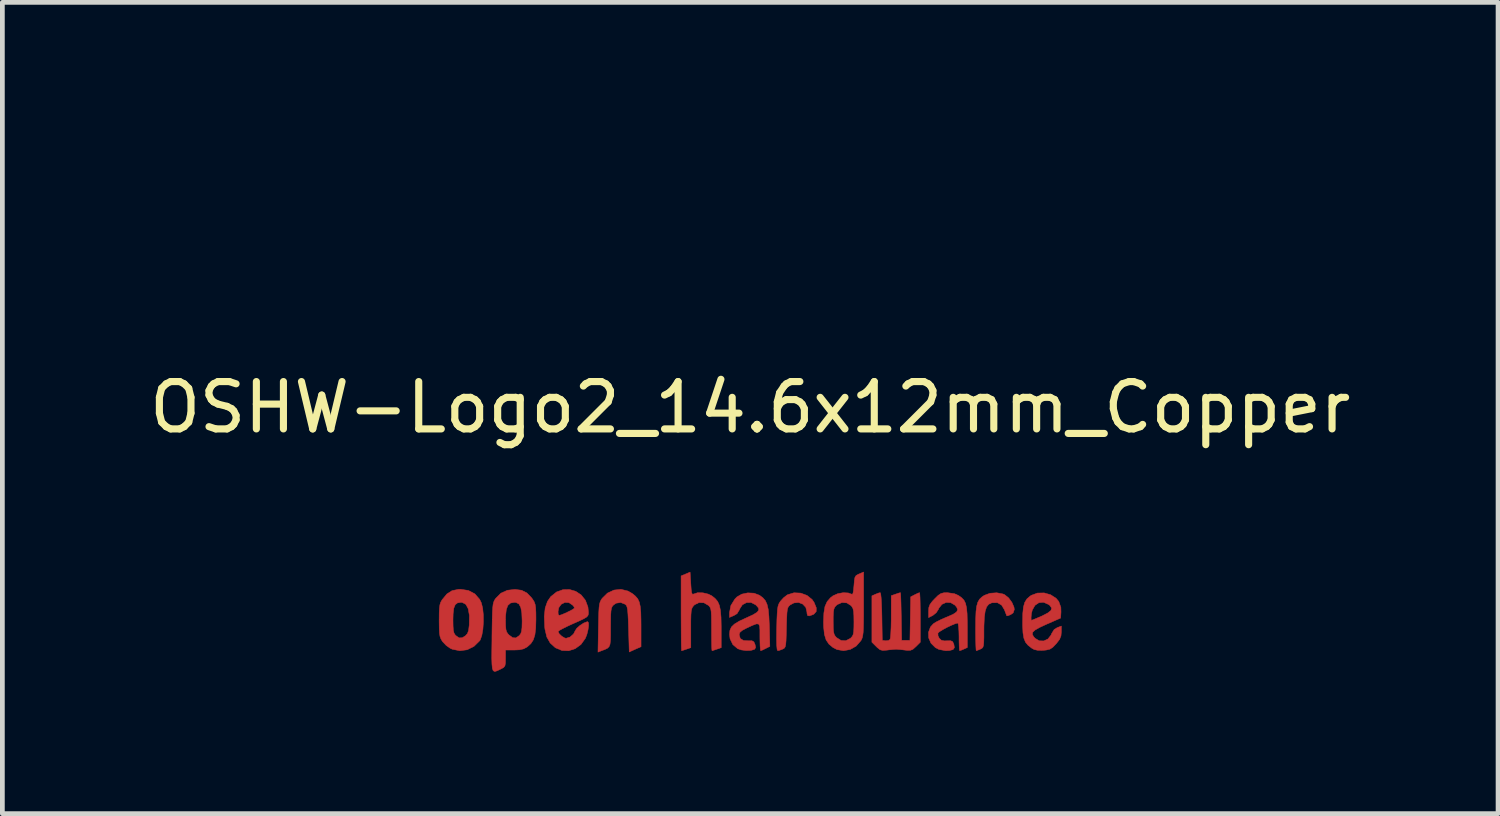
<source format=kicad_pcb>
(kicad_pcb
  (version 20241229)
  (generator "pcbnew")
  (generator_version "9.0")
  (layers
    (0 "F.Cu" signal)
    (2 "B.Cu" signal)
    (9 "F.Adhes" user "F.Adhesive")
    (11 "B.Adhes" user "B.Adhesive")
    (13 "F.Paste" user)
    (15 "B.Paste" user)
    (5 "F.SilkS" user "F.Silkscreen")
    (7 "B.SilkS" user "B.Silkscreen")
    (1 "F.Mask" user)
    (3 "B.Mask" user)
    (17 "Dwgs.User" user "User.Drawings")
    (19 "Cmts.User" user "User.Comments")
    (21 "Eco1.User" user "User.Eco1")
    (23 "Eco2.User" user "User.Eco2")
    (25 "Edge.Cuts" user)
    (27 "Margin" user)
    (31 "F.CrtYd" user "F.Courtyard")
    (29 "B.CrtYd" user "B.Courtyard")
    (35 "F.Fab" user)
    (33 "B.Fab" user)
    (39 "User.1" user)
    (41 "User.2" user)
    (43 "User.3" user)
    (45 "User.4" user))
  (footprint "OSHW-Logo2_14.6x12mm_Copper"
    (layer "F.Cu")
    (at 12.792 5.552)
    (property "Reference" "OSHW-Logo2_14.6x12mm_Copper" (at 0 0 0) (layer "F.SilkS") (effects (font (size 1 1) (thickness 0.15))))
    (attr exclude_from_pos_files exclude_from_bom)
    (fp_poly (pts (xy 5.336 3.94) (xy 5.371 3.955) (xy 5.454 4.021) (xy 5.525 4.117) (xy 5.569 4.218) (xy 5.576 4.269) (xy 5.552 4.339) (xy 5.5 4.376) (xy 5.443 4.398) (xy 5.417 4.402) (xy 5.405 4.372) (xy 5.38 4.307) (xy 5.369 4.277) (xy 5.308 4.175) (xy 5.219 4.124) (xy 5.105 4.126) (xy 5.097 4.128) (xy 5.036 4.157) (xy 4.991 4.213) (xy 4.961 4.303) (xy 4.943 4.435) (xy 4.935 4.614) (xy 4.934 4.709) (xy 4.934 4.86) (xy 4.931 4.962) (xy 4.925 5.028) (xy 4.912 5.066) (xy 4.892 5.088) (xy 4.861 5.104) (xy 4.86 5.105) (xy 4.801 5.129) (xy 4.772 5.138) (xy 4.768 5.111) (xy 4.764 5.035) (xy 4.761 4.92) (xy 4.759 4.775) (xy 4.759 4.67) (xy 4.761 4.466) (xy 4.767 4.311) (xy 4.782 4.196) (xy 4.806 4.113) (xy 4.842 4.051) (xy 4.893 4.003) (xy 4.943 3.969) (xy 5.063 3.925) (xy 5.204 3.915) (xy 5.336 3.94)) (stroke (width 0.01) (type solid)) (fill yes) (layer "F.Cu"))
    (fp_poly (pts (xy -2.583 3.878) (xy -2.489 3.932) (xy -2.424 3.986) (xy -2.376 4.042) (xy -2.343 4.111) (xy -2.323 4.202) (xy -2.311 4.327) (xy -2.307 4.493) (xy -2.306 4.613) (xy -2.306 5.054) (xy -2.431 5.109) (xy -2.555 5.165) (xy -2.569 4.682) (xy -2.575 4.502) (xy -2.582 4.371) (xy -2.589 4.281) (xy -2.6 4.222) (xy -2.614 4.185) (xy -2.634 4.163) (xy -2.64 4.158) (xy -2.736 4.12) (xy -2.833 4.135) (xy -2.89 4.175) (xy -2.914 4.203) (xy -2.93 4.241) (xy -2.94 4.297) (xy -2.946 4.383) (xy -2.948 4.51) (xy -2.949 4.641) (xy -2.949 4.806) (xy -2.952 4.923) (xy -2.961 5.002) (xy -2.981 5.052) (xy -3.015 5.086) (xy -3.068 5.112) (xy -3.138 5.138) (xy -3.215 5.168) (xy -3.206 4.649) (xy -3.202 4.463) (xy -3.198 4.324) (xy -3.192 4.226) (xy -3.183 4.156) (xy -3.169 4.107) (xy -3.15 4.067) (xy -3.127 4.033) (xy -3.015 3.922) (xy -2.878 3.858) (xy -2.73 3.842) (xy -2.583 3.878)) (stroke (width 0.01) (type solid)) (fill yes) (layer "F.Cu"))
    (fp_poly (pts (xy 1.066 3.922) (xy 1.199 3.971) (xy 1.306 4.057) (xy 1.348 4.118) (xy 1.394 4.23) (xy 1.393 4.311) (xy 1.345 4.365) (xy 1.327 4.375) (xy 1.25 4.403) (xy 1.211 4.396) (xy 1.198 4.348) (xy 1.197 4.321) (xy 1.173 4.223) (xy 1.109 4.154) (xy 1.021 4.12) (xy 0.923 4.129) (xy 0.843 4.172) (xy 0.816 4.197) (xy 0.796 4.227) (xy 0.783 4.273) (xy 0.775 4.343) (xy 0.77 4.45) (xy 0.765 4.602) (xy 0.764 4.65) (xy 0.76 4.815) (xy 0.756 4.931) (xy 0.749 5.008) (xy 0.738 5.055) (xy 0.722 5.082) (xy 0.698 5.098) (xy 0.683 5.105) (xy 0.618 5.13) (xy 0.58 5.138) (xy 0.567 5.111) (xy 0.559 5.029) (xy 0.556 4.89) (xy 0.558 4.694) (xy 0.559 4.664) (xy 0.563 4.485) (xy 0.569 4.355) (xy 0.576 4.262) (xy 0.587 4.198) (xy 0.603 4.151) (xy 0.626 4.111) (xy 0.637 4.094) (xy 0.705 4.019) (xy 0.78 3.961) (xy 0.789 3.956) (xy 0.924 3.915) (xy 1.066 3.922)) (stroke (width 0.01) (type solid)) (fill yes) (layer "F.Cu"))
    (fp_poly (pts (xy 3.58 3.94) (xy 3.585 4.017) (xy 3.588 4.133) (xy 3.59 4.281) (xy 3.591 4.435) (xy 3.591 4.959) (xy 3.499 5.051) (xy 3.435 5.108) (xy 3.379 5.131) (xy 3.303 5.13) (xy 3.272 5.126) (xy 3.178 5.115) (xy 3.099 5.109) (xy 3.08 5.108) (xy 3.016 5.112) (xy 2.924 5.121) (xy 2.888 5.126) (xy 2.8 5.133) (xy 2.741 5.118) (xy 2.683 5.072) (xy 2.662 5.051) (xy 2.569 4.959) (xy 2.569 3.98) (xy 2.644 3.946) (xy 2.708 3.921) (xy 2.745 3.912) (xy 2.755 3.94) (xy 2.764 4.018) (xy 2.771 4.136) (xy 2.777 4.288) (xy 2.78 4.416) (xy 2.788 4.919) (xy 2.858 4.929) (xy 2.921 4.922) (xy 2.952 4.9) (xy 2.961 4.858) (xy 2.968 4.77) (xy 2.974 4.645) (xy 2.977 4.496) (xy 2.977 4.419) (xy 2.978 3.976) (xy 3.07 3.944) (xy 3.135 3.922) (xy 3.17 3.912) (xy 3.171 3.912) (xy 3.175 3.94) (xy 3.179 4.016) (xy 3.183 4.133) (xy 3.186 4.279) (xy 3.189 4.416) (xy 3.197 4.919) (xy 3.372 4.919) (xy 3.38 4.46) (xy 3.388 4.001) (xy 3.474 3.956) (xy 3.537 3.926) (xy 3.574 3.912) (xy 3.575 3.912) (xy 3.58 3.94)) (stroke (width 0.01) (type solid)) (fill yes) (layer "F.Cu"))
    (fp_poly (pts (xy -1.255 3.724) (xy -1.247 3.843) (xy -1.237 3.914) (xy -1.223 3.944) (xy -1.203 3.945) (xy -1.197 3.941) (xy -1.111 3.914) (xy -0.999 3.916) (xy -0.886 3.943) (xy -0.814 3.978) (xy -0.742 4.035) (xy -0.688 4.099) (xy -0.652 4.18) (xy -0.629 4.288) (xy -0.617 4.433) (xy -0.613 4.624) (xy -0.613 4.661) (xy -0.613 5.074) (xy -0.705 5.106) (xy -0.77 5.128) (xy -0.806 5.138) (xy -0.807 5.138) (xy -0.811 5.111) (xy -0.814 5.035) (xy -0.816 4.921) (xy -0.817 4.778) (xy -0.817 4.691) (xy -0.818 4.52) (xy -0.82 4.397) (xy -0.825 4.313) (xy -0.834 4.258) (xy -0.849 4.221) (xy -0.871 4.193) (xy -0.885 4.18) (xy -0.979 4.126) (xy -1.082 4.122) (xy -1.175 4.168) (xy -1.192 4.184) (xy -1.217 4.215) (xy -1.235 4.252) (xy -1.246 4.304) (xy -1.252 4.384) (xy -1.255 4.501) (xy -1.255 4.663) (xy -1.255 5.074) (xy -1.347 5.106) (xy -1.413 5.128) (xy -1.448 5.138) (xy -1.45 5.138) (xy -1.452 5.11) (xy -1.455 5.032) (xy -1.457 4.909) (xy -1.458 4.751) (xy -1.459 4.565) (xy -1.46 4.358) (xy -1.46 4.349) (xy -1.46 3.559) (xy -1.365 3.519) (xy -1.27 3.479) (xy -1.255 3.724)) (stroke (width 0.01) (type solid)) (fill yes) (layer "F.Cu"))
    (fp_poly (pts (xy -5.952 3.866) (xy -5.815 3.938) (xy -5.714 4.054) (xy -5.678 4.128) (xy -5.65 4.24) (xy -5.636 4.381) (xy -5.635 4.535) (xy -5.645 4.686) (xy -5.668 4.816) (xy -5.701 4.91) (xy -5.711 4.926) (xy -5.833 5.046) (xy -5.977 5.118) (xy -6.133 5.139) (xy -6.291 5.107) (xy -6.335 5.087) (xy -6.42 5.027) (xy -6.496 4.947) (xy -6.503 4.937) (xy -6.532 4.888) (xy -6.551 4.836) (xy -6.562 4.767) (xy -6.567 4.669) (xy -6.569 4.528) (xy -6.569 4.496) (xy -6.569 4.486) (xy -6.277 4.486) (xy -6.275 4.619) (xy -6.269 4.708) (xy -6.255 4.765) (xy -6.231 4.804) (xy -6.219 4.817) (xy -6.149 4.867) (xy -6.081 4.865) (xy -6.012 4.822) (xy -5.971 4.775) (xy -5.947 4.708) (xy -5.934 4.601) (xy -5.933 4.589) (xy -5.93 4.396) (xy -5.955 4.253) (xy -6.005 4.16) (xy -6.082 4.119) (xy -6.109 4.117) (xy -6.181 4.128) (xy -6.23 4.167) (xy -6.26 4.242) (xy -6.274 4.361) (xy -6.277 4.486) (xy -6.569 4.486) (xy -6.568 4.346) (xy -6.563 4.241) (xy -6.553 4.168) (xy -6.536 4.114) (xy -6.509 4.067) (xy -6.503 4.058) (xy -6.404 3.939) (xy -6.296 3.87) (xy -6.164 3.843) (xy -6.119 3.841) (xy -5.952 3.866)) (stroke (width 0.01) (type solid)) (fill yes) (layer "F.Cu"))
    (fp_poly (pts (xy 6.343 3.957) (xy 6.459 4.032) (xy 6.515 4.1) (xy 6.559 4.222) (xy 6.562 4.319) (xy 6.554 4.449) (xy 6.255 4.58) (xy 6.11 4.647) (xy 6.015 4.701) (xy 5.965 4.747) (xy 5.957 4.793) (xy 5.984 4.843) (xy 6.014 4.876) (xy 6.102 4.929) (xy 6.198 4.932) (xy 6.286 4.891) (xy 6.351 4.809) (xy 6.362 4.78) (xy 6.418 4.69) (xy 6.482 4.651) (xy 6.569 4.618) (xy 6.569 4.743) (xy 6.561 4.828) (xy 6.531 4.9) (xy 6.468 4.982) (xy 6.458 4.993) (xy 6.388 5.066) (xy 6.327 5.106) (xy 6.251 5.124) (xy 6.188 5.13) (xy 6.075 5.131) (xy 5.995 5.113) (xy 5.945 5.085) (xy 5.867 5.024) (xy 5.812 4.958) (xy 5.778 4.874) (xy 5.759 4.762) (xy 5.752 4.609) (xy 5.752 4.531) (xy 5.754 4.438) (xy 5.93 4.438) (xy 5.932 4.488) (xy 5.937 4.496) (xy 5.971 4.485) (xy 6.043 4.455) (xy 6.14 4.414) (xy 6.16 4.405) (xy 6.282 4.342) (xy 6.35 4.288) (xy 6.364 4.237) (xy 6.329 4.185) (xy 6.3 4.162) (xy 6.194 4.116) (xy 6.095 4.124) (xy 6.013 4.18) (xy 5.956 4.279) (xy 5.937 4.357) (xy 5.93 4.438) (xy 5.754 4.438) (xy 5.755 4.349) (xy 5.769 4.215) (xy 5.797 4.117) (xy 5.842 4.045) (xy 5.907 3.988) (xy 5.935 3.969) (xy 6.065 3.921) (xy 6.206 3.918) (xy 6.343 3.957)) (stroke (width 0.01) (type solid)) (fill yes) (layer "F.Cu"))
    (fp_poly (pts (xy 2.394 4.154) (xy 2.394 4.373) (xy 2.392 4.541) (xy 2.389 4.666) (xy 2.384 4.757) (xy 2.375 4.822) (xy 2.364 4.869) (xy 2.348 4.906) (xy 2.336 4.927) (xy 2.236 5.041) (xy 2.111 5.112) (xy 1.971 5.138) (xy 1.832 5.114) (xy 1.749 5.072) (xy 1.662 4.999) (xy 1.602 4.911) (xy 1.566 4.794) (xy 1.55 4.639) (xy 1.547 4.525) (xy 1.548 4.517) (xy 1.752 4.517) (xy 1.753 4.648) (xy 1.759 4.734) (xy 1.772 4.791) (xy 1.795 4.832) (xy 1.823 4.862) (xy 1.918 4.922) (xy 2.019 4.927) (xy 2.115 4.877) (xy 2.122 4.871) (xy 2.154 4.836) (xy 2.174 4.794) (xy 2.185 4.732) (xy 2.189 4.636) (xy 2.19 4.529) (xy 2.188 4.396) (xy 2.182 4.307) (xy 2.169 4.248) (xy 2.145 4.206) (xy 2.126 4.184) (xy 2.038 4.128) (xy 1.936 4.121) (xy 1.838 4.164) (xy 1.819 4.18) (xy 1.787 4.215) (xy 1.767 4.258) (xy 1.757 4.32) (xy 1.752 4.417) (xy 1.752 4.517) (xy 1.548 4.517) (xy 1.555 4.342) (xy 1.578 4.204) (xy 1.624 4.101) (xy 1.694 4.02) (xy 1.749 3.978) (xy 1.848 3.934) (xy 1.964 3.913) (xy 2.071 3.919) (xy 2.131 3.941) (xy 2.155 3.947) (xy 2.17 3.924) (xy 2.181 3.86) (xy 2.19 3.763) (xy 2.199 3.655) (xy 2.211 3.589) (xy 2.234 3.552) (xy 2.274 3.528) (xy 2.299 3.517) (xy 2.394 3.477) (xy 2.394 4.154)) (stroke (width 0.01) (type solid)) (fill yes) (layer "F.Cu"))
    (fp_poly (pts (xy -3.684 3.885) (xy -3.569 3.962) (xy -3.48 4.074) (xy -3.427 4.216) (xy -3.417 4.321) (xy -3.418 4.365) (xy -3.428 4.398) (xy -3.456 4.428) (xy -3.511 4.461) (xy -3.601 4.505) (xy -3.736 4.565) (xy -3.737 4.565) (xy -3.861 4.622) (xy -3.963 4.673) (xy -4.032 4.711) (xy -4.058 4.733) (xy -4.058 4.733) (xy -4.035 4.78) (xy -3.982 4.831) (xy -3.921 4.868) (xy -3.889 4.876) (xy -3.805 4.85) (xy -3.732 4.786) (xy -3.696 4.716) (xy -3.662 4.664) (xy -3.595 4.605) (xy -3.516 4.554) (xy -3.446 4.527) (xy -3.432 4.525) (xy -3.415 4.55) (xy -3.414 4.614) (xy -3.426 4.701) (xy -3.449 4.793) (xy -3.48 4.873) (xy -3.482 4.877) (xy -3.575 5.007) (xy -3.696 5.095) (xy -3.833 5.139) (xy -3.975 5.134) (xy -4.112 5.077) (xy -4.118 5.073) (xy -4.225 4.975) (xy -4.296 4.848) (xy -4.335 4.682) (xy -4.34 4.635) (xy -4.349 4.413) (xy -4.338 4.31) (xy -4.058 4.31) (xy -4.055 4.375) (xy -4.035 4.393) (xy -3.985 4.379) (xy -3.907 4.346) (xy -3.819 4.304) (xy -3.817 4.303) (xy -3.743 4.264) (xy -3.713 4.238) (xy -3.721 4.211) (xy -3.751 4.175) (xy -3.83 4.123) (xy -3.915 4.119) (xy -3.991 4.157) (xy -4.043 4.23) (xy -4.058 4.31) (xy -4.338 4.31) (xy -4.33 4.236) (xy -4.281 4.096) (xy -4.213 3.997) (xy -4.09 3.898) (xy -3.954 3.849) (xy -3.816 3.846) (xy -3.684 3.885)) (stroke (width 0.01) (type solid)) (fill yes) (layer "F.Cu"))
    (fp_poly (pts (xy 0.08 3.924) (xy 0.194 3.967) (xy 0.196 3.968) (xy 0.266 4.02) (xy 0.319 4.081) (xy 0.355 4.16) (xy 0.38 4.267) (xy 0.394 4.413) (xy 0.403 4.605) (xy 0.404 4.633) (xy 0.414 5.047) (xy 0.325 5.092) (xy 0.261 5.123) (xy 0.222 5.138) (xy 0.22 5.138) (xy 0.214 5.111) (xy 0.208 5.038) (xy 0.205 4.931) (xy 0.204 4.844) (xy 0.204 4.704) (xy 0.198 4.616) (xy 0.176 4.574) (xy 0.128 4.572) (xy 0.045 4.604) (xy -0.08 4.662) (xy -0.172 4.711) (xy -0.22 4.753) (xy -0.234 4.799) (xy -0.234 4.801) (xy -0.211 4.88) (xy -0.143 4.923) (xy -0.039 4.929) (xy 0.036 4.928) (xy 0.076 4.95) (xy 0.1 5.002) (xy 0.115 5.068) (xy 0.094 5.105) (xy 0.087 5.11) (xy 0.014 5.132) (xy -0.087 5.135) (xy -0.192 5.121) (xy -0.266 5.095) (xy -0.368 5.008) (xy -0.426 4.887) (xy -0.438 4.792) (xy -0.429 4.707) (xy -0.397 4.637) (xy -0.334 4.576) (xy -0.232 4.514) (xy -0.082 4.444) (xy -0.073 4.44) (xy 0.062 4.378) (xy 0.145 4.326) (xy 0.181 4.28) (xy 0.173 4.234) (xy 0.126 4.18) (xy 0.112 4.168) (xy 0.017 4.12) (xy -0.081 4.122) (xy -0.166 4.169) (xy -0.223 4.256) (xy -0.228 4.273) (xy -0.279 4.356) (xy -0.344 4.395) (xy -0.438 4.435) (xy -0.438 4.333) (xy -0.409 4.184) (xy -0.325 4.048) (xy -0.28 4.002) (xy -0.18 3.944) (xy -0.052 3.917) (xy 0.08 3.924)) (stroke (width 0.01) (type solid)) (fill yes) (layer "F.Cu"))
    (fp_poly (pts (xy -4.828 3.862) (xy -4.717 3.918) (xy -4.618 4.02) (xy -4.591 4.058) (xy -4.561 4.107) (xy -4.542 4.161) (xy -4.531 4.233) (xy -4.526 4.337) (xy -4.525 4.474) (xy -4.53 4.662) (xy -4.547 4.803) (xy -4.58 4.908) (xy -4.632 4.988) (xy -4.706 5.055) (xy -4.711 5.059) (xy -4.785 5.099) (xy -4.873 5.119) (xy -4.985 5.124) (xy -5.167 5.124) (xy -5.168 5.301) (xy -5.169 5.399) (xy -5.18 5.457) (xy -5.207 5.492) (xy -5.258 5.521) (xy -5.271 5.527) (xy -5.329 5.555) (xy -5.374 5.573) (xy -5.407 5.574) (xy -5.431 5.554) (xy -5.446 5.506) (xy -5.454 5.424) (xy -5.458 5.303) (xy -5.457 5.136) (xy -5.454 4.919) (xy -5.454 4.854) (xy -5.451 4.63) (xy -5.448 4.483) (xy -5.168 4.483) (xy -5.166 4.607) (xy -5.159 4.689) (xy -5.143 4.743) (xy -5.115 4.784) (xy -5.096 4.804) (xy -5.018 4.863) (xy -4.949 4.868) (xy -4.877 4.819) (xy -4.876 4.817) (xy -4.847 4.78) (xy -4.829 4.728) (xy -4.82 4.65) (xy -4.817 4.529) (xy -4.817 4.503) (xy -4.824 4.337) (xy -4.846 4.222) (xy -4.885 4.151) (xy -4.945 4.12) (xy -4.979 4.117) (xy -5.061 4.131) (xy -5.118 4.181) (xy -5.151 4.27) (xy -5.166 4.407) (xy -5.168 4.483) (xy -5.448 4.483) (xy -5.448 4.456) (xy -5.444 4.325) (xy -5.438 4.23) (xy -5.43 4.162) (xy -5.419 4.115) (xy -5.404 4.079) (xy -5.385 4.048) (xy -5.377 4.036) (xy -5.267 3.925) (xy -5.129 3.862) (xy -4.968 3.844) (xy -4.828 3.862)) (stroke (width 0.01) (type solid)) (fill yes) (layer "F.Cu"))
    (fp_poly (pts (xy 4.314 3.935) (xy 4.398 3.973) (xy 4.464 4.02) (xy 4.513 4.072) (xy 4.546 4.138) (xy 4.567 4.23) (xy 4.579 4.355) (xy 4.583 4.525) (xy 4.584 4.636) (xy 4.584 5.071) (xy 4.509 5.105) (xy 4.451 5.129) (xy 4.422 5.138) (xy 4.416 5.111) (xy 4.412 5.038) (xy 4.409 4.931) (xy 4.409 4.846) (xy 4.406 4.724) (xy 4.399 4.627) (xy 4.39 4.567) (xy 4.382 4.554) (xy 4.33 4.567) (xy 4.249 4.601) (xy 4.155 4.645) (xy 4.065 4.694) (xy 3.995 4.737) (xy 3.963 4.767) (xy 3.963 4.767) (xy 3.965 4.822) (xy 3.99 4.874) (xy 4.035 4.917) (xy 4.099 4.931) (xy 4.154 4.929) (xy 4.232 4.928) (xy 4.273 4.946) (xy 4.297 4.995) (xy 4.3 5.004) (xy 4.311 5.073) (xy 4.283 5.114) (xy 4.208 5.134) (xy 4.128 5.138) (xy 3.984 5.111) (xy 3.909 5.072) (xy 3.817 4.98) (xy 3.768 4.868) (xy 3.764 4.749) (xy 3.805 4.638) (xy 3.867 4.569) (xy 3.929 4.53) (xy 4.027 4.481) (xy 4.141 4.431) (xy 4.16 4.424) (xy 4.285 4.369) (xy 4.357 4.32) (xy 4.38 4.272) (xy 4.358 4.217) (xy 4.321 4.175) (xy 4.233 4.123) (xy 4.137 4.119) (xy 4.048 4.159) (xy 3.984 4.239) (xy 3.976 4.26) (xy 3.927 4.336) (xy 3.856 4.393) (xy 3.766 4.439) (xy 3.766 4.308) (xy 3.771 4.227) (xy 3.794 4.164) (xy 3.844 4.096) (xy 3.893 4.044) (xy 3.968 3.97) (xy 4.026 3.931) (xy 4.088 3.915) (xy 4.159 3.912) (xy 4.314 3.935)) (stroke (width 0.01) (type solid)) (fill yes) (layer "F.Cu"))
    (fp_poly (pts (xy 0.209 -5.547) (xy 0.367 -5.546) (xy 0.481 -5.544) (xy 0.559 -5.539) (xy 0.609 -5.532) (xy 0.636 -5.521) (xy 0.65 -5.505) (xy 0.656 -5.484) (xy 0.657 -5.481) (xy 0.667 -5.433) (xy 0.686 -5.337) (xy 0.711 -5.204) (xy 0.741 -5.045) (xy 0.774 -4.868) (xy 0.775 -4.862) (xy 0.807 -4.689) (xy 0.838 -4.537) (xy 0.865 -4.413) (xy 0.885 -4.328) (xy 0.898 -4.291) (xy 0.898 -4.29) (xy 0.935 -4.272) (xy 1.011 -4.242) (xy 1.109 -4.206) (xy 1.109 -4.205) (xy 1.233 -4.159) (xy 1.379 -4.099) (xy 1.517 -4.04) (xy 1.523 -4.037) (xy 1.747 -3.935) (xy 2.244 -4.274) (xy 2.396 -4.377) (xy 2.534 -4.47) (xy 2.649 -4.546) (xy 2.735 -4.601) (xy 2.782 -4.629) (xy 2.786 -4.631) (xy 2.82 -4.621) (xy 2.884 -4.577) (xy 2.98 -4.495) (xy 3.11 -4.373) (xy 3.243 -4.244) (xy 3.372 -4.116) (xy 3.487 -4) (xy 3.581 -3.902) (xy 3.648 -3.829) (xy 3.681 -3.79) (xy 3.682 -3.788) (xy 3.686 -3.76) (xy 3.672 -3.716) (xy 3.638 -3.648) (xy 3.579 -3.551) (xy 3.493 -3.418) (xy 3.378 -3.248) (xy 3.276 -3.097) (xy 3.185 -2.963) (xy 3.11 -2.851) (xy 3.056 -2.771) (xy 3.029 -2.73) (xy 3.028 -2.727) (xy 3.031 -2.687) (xy 3.056 -2.61) (xy 3.098 -2.511) (xy 3.113 -2.479) (xy 3.178 -2.337) (xy 3.247 -2.176) (xy 3.304 -2.036) (xy 3.344 -1.933) (xy 3.377 -1.854) (xy 3.395 -1.813) (xy 3.397 -1.81) (xy 3.432 -1.805) (xy 3.513 -1.791) (xy 3.629 -1.769) (xy 3.771 -1.743) (xy 3.927 -1.713) (xy 4.087 -1.683) (xy 4.239 -1.653) (xy 4.374 -1.627) (xy 4.479 -1.606) (xy 4.546 -1.593) (xy 4.562 -1.589) (xy 4.579 -1.579) (xy 4.591 -1.557) (xy 4.6 -1.516) (xy 4.607 -1.449) (xy 4.61 -1.347) (xy 4.612 -1.204) (xy 4.613 -1.013) (xy 4.613 -0.934) (xy 4.613 -0.296) (xy 4.46 -0.266) (xy 4.374 -0.249) (xy 4.247 -0.225) (xy 4.093 -0.197) (xy 3.929 -0.167) (xy 3.883 -0.158) (xy 3.731 -0.129) (xy 3.598 -0.1) (xy 3.497 -0.074) (xy 3.437 -0.054) (xy 3.427 -0.048) (xy 3.402 -0.005) (xy 3.367 0.076) (xy 3.328 0.182) (xy 3.32 0.204) (xy 3.269 0.345) (xy 3.206 0.504) (xy 3.144 0.646) (xy 3.144 0.647) (xy 3.04 0.87) (xy 3.72 1.87) (xy 3.284 2.307) (xy 3.152 2.437) (xy 3.031 2.552) (xy 2.929 2.645) (xy 2.852 2.711) (xy 2.807 2.742) (xy 2.801 2.744) (xy 2.763 2.729) (xy 2.686 2.684) (xy 2.577 2.617) (xy 2.447 2.533) (xy 2.305 2.438) (xy 2.161 2.341) (xy 2.033 2.257) (xy 1.929 2.19) (xy 1.857 2.147) (xy 1.824 2.131) (xy 1.785 2.144) (xy 1.71 2.179) (xy 1.614 2.227) (xy 1.604 2.233) (xy 1.476 2.297) (xy 1.389 2.328) (xy 1.334 2.329) (xy 1.306 2.3) (xy 1.305 2.299) (xy 1.291 2.264) (xy 1.257 2.182) (xy 1.206 2.059) (xy 1.141 1.9) (xy 1.064 1.714) (xy 0.977 1.505) (xy 0.894 1.302) (xy 0.802 1.079) (xy 0.717 0.872) (xy 0.643 0.688) (xy 0.581 0.533) (xy 0.534 0.414) (xy 0.505 0.336) (xy 0.496 0.307) (xy 0.519 0.274) (xy 0.577 0.221) (xy 0.656 0.163) (xy 0.879 -0.022) (xy 1.053 -0.234) (xy 1.176 -0.468) (xy 1.247 -0.721) (xy 1.262 -0.987) (xy 1.251 -1.109) (xy 1.189 -1.364) (xy 1.082 -1.589) (xy 0.937 -1.782) (xy 0.76 -1.941) (xy 0.559 -2.063) (xy 0.339 -2.147) (xy 0.107 -2.19) (xy -0.13 -2.189) (xy -0.365 -2.144) (xy -0.592 -2.05) (xy -0.804 -1.907) (xy -0.892 -1.827) (xy -1.062 -1.619) (xy -1.18 -1.392) (xy -1.248 -1.153) (xy -1.265 -0.907) (xy -1.233 -0.662) (xy -1.153 -0.424) (xy -1.025 -0.2) (xy -0.851 0.003) (xy -0.656 0.163) (xy -0.574 0.224) (xy -0.517 0.276) (xy -0.496 0.307) (xy -0.507 0.342) (xy -0.538 0.423) (xy -0.586 0.546) (xy -0.649 0.704) (xy -0.725 0.891) (xy -0.81 1.099) (xy -0.894 1.302) (xy -0.986 1.526) (xy -1.072 1.733) (xy -1.148 1.917) (xy -1.212 2.072) (xy -1.262 2.192) (xy -1.294 2.27) (xy -1.306 2.299) (xy -1.334 2.329) (xy -1.388 2.329) (xy -1.476 2.297) (xy -1.603 2.233) (xy -1.604 2.233) (xy -1.701 2.183) (xy -1.778 2.147) (xy -1.822 2.131) (xy -1.824 2.131) (xy -1.857 2.147) (xy -1.93 2.191) (xy -2.035 2.258) (xy -2.163 2.342) (xy -2.305 2.438) (xy -2.45 2.535) (xy -2.58 2.619) (xy -2.688 2.686) (xy -2.764 2.729) (xy -2.801 2.744) (xy -2.835 2.724) (xy -2.902 2.669) (xy -2.997 2.584) (xy -3.112 2.475) (xy -3.242 2.349) (xy -3.284 2.307) (xy -3.72 1.87) (xy -3.388 1.382) (xy -3.287 1.233) (xy -3.198 1.098) (xy -3.127 0.987) (xy -3.078 0.907) (xy -3.056 0.865) (xy -3.056 0.862) (xy -3.067 0.823) (xy -3.098 0.744) (xy -3.143 0.639) (xy -3.174 0.568) (xy -3.233 0.433) (xy -3.289 0.296) (xy -3.332 0.181) (xy -3.343 0.146) (xy -3.376 0.052) (xy -3.409 -0.02) (xy -3.427 -0.048) (xy -3.466 -0.064) (xy -3.552 -0.088) (xy -3.673 -0.116) (xy -3.818 -0.146) (xy -3.883 -0.158) (xy -4.048 -0.189) (xy -4.206 -0.218) (xy -4.343 -0.243) (xy -4.441 -0.262) (xy -4.46 -0.266) (xy -4.613 -0.296) (xy -4.613 -0.934) (xy -4.613 -1.144) (xy -4.611 -1.303) (xy -4.608 -1.418) (xy -4.603 -1.497) (xy -4.595 -1.546) (xy -4.583 -1.573) (xy -4.568 -1.586) (xy -4.562 -1.589) (xy -4.524 -1.597) (xy -4.44 -1.614) (xy -4.321 -1.637) (xy -4.178 -1.665) (xy -4.022 -1.695) (xy -3.862 -1.725) (xy -3.711 -1.754) (xy -3.578 -1.779) (xy -3.475 -1.797) (xy -3.412 -1.808) (xy -3.397 -1.81) (xy -3.385 -1.835) (xy -3.357 -1.902) (xy -3.318 -1.999) (xy -3.304 -2.036) (xy -3.245 -2.182) (xy -3.175 -2.343) (xy -3.113 -2.479) (xy -3.067 -2.582) (xy -3.036 -2.668) (xy -3.026 -2.72) (xy -3.028 -2.727) (xy -3.049 -2.76) (xy -3.098 -2.833) (xy -3.17 -2.939) (xy -3.258 -3.07) (xy -3.359 -3.218) (xy -3.379 -3.247) (xy -3.495 -3.42) (xy -3.581 -3.552) (xy -3.639 -3.648) (xy -3.673 -3.716) (xy -3.686 -3.76) (xy -3.683 -3.787) (xy -3.683 -3.787) (xy -3.654 -3.823) (xy -3.59 -3.893) (xy -3.498 -3.988) (xy -3.385 -4.103) (xy -3.258 -4.23) (xy -3.243 -4.244) (xy -3.083 -4.399) (xy -2.959 -4.513) (xy -2.87 -4.588) (xy -2.812 -4.626) (xy -2.786 -4.631) (xy -2.749 -4.609) (xy -2.671 -4.56) (xy -2.562 -4.488) (xy -2.428 -4.399) (xy -2.279 -4.298) (xy -2.244 -4.274) (xy -1.747 -3.935) (xy -1.523 -4.037) (xy -1.387 -4.096) (xy -1.241 -4.156) (xy -1.115 -4.203) (xy -1.109 -4.205) (xy -1.011 -4.241) (xy -0.935 -4.272) (xy -0.898 -4.29) (xy -0.898 -4.29) (xy -0.886 -4.323) (xy -0.867 -4.405) (xy -0.84 -4.525) (xy -0.81 -4.676) (xy -0.777 -4.848) (xy -0.775 -4.862) (xy -0.742 -5.039) (xy -0.712 -5.199) (xy -0.686 -5.333) (xy -0.667 -5.43) (xy -0.657 -5.481) (xy -0.657 -5.481) (xy -0.651 -5.503) (xy -0.638 -5.519) (xy -0.613 -5.531) (xy -0.566 -5.539) (xy -0.492 -5.543) (xy -0.382 -5.546) (xy -0.229 -5.547) (xy -0.026 -5.547) (xy 0 -5.547) (xy 0.209 -5.547)) (stroke (width 0.01) (type solid)) (fill yes) (layer "F.Mask")))
  (gr_rect
    (start -3 -3)
    (end 28.583 14.131)
    (stroke (width 0.1) (type default))
    (fill no)
    (layer "Edge.Cuts")))
</source>
